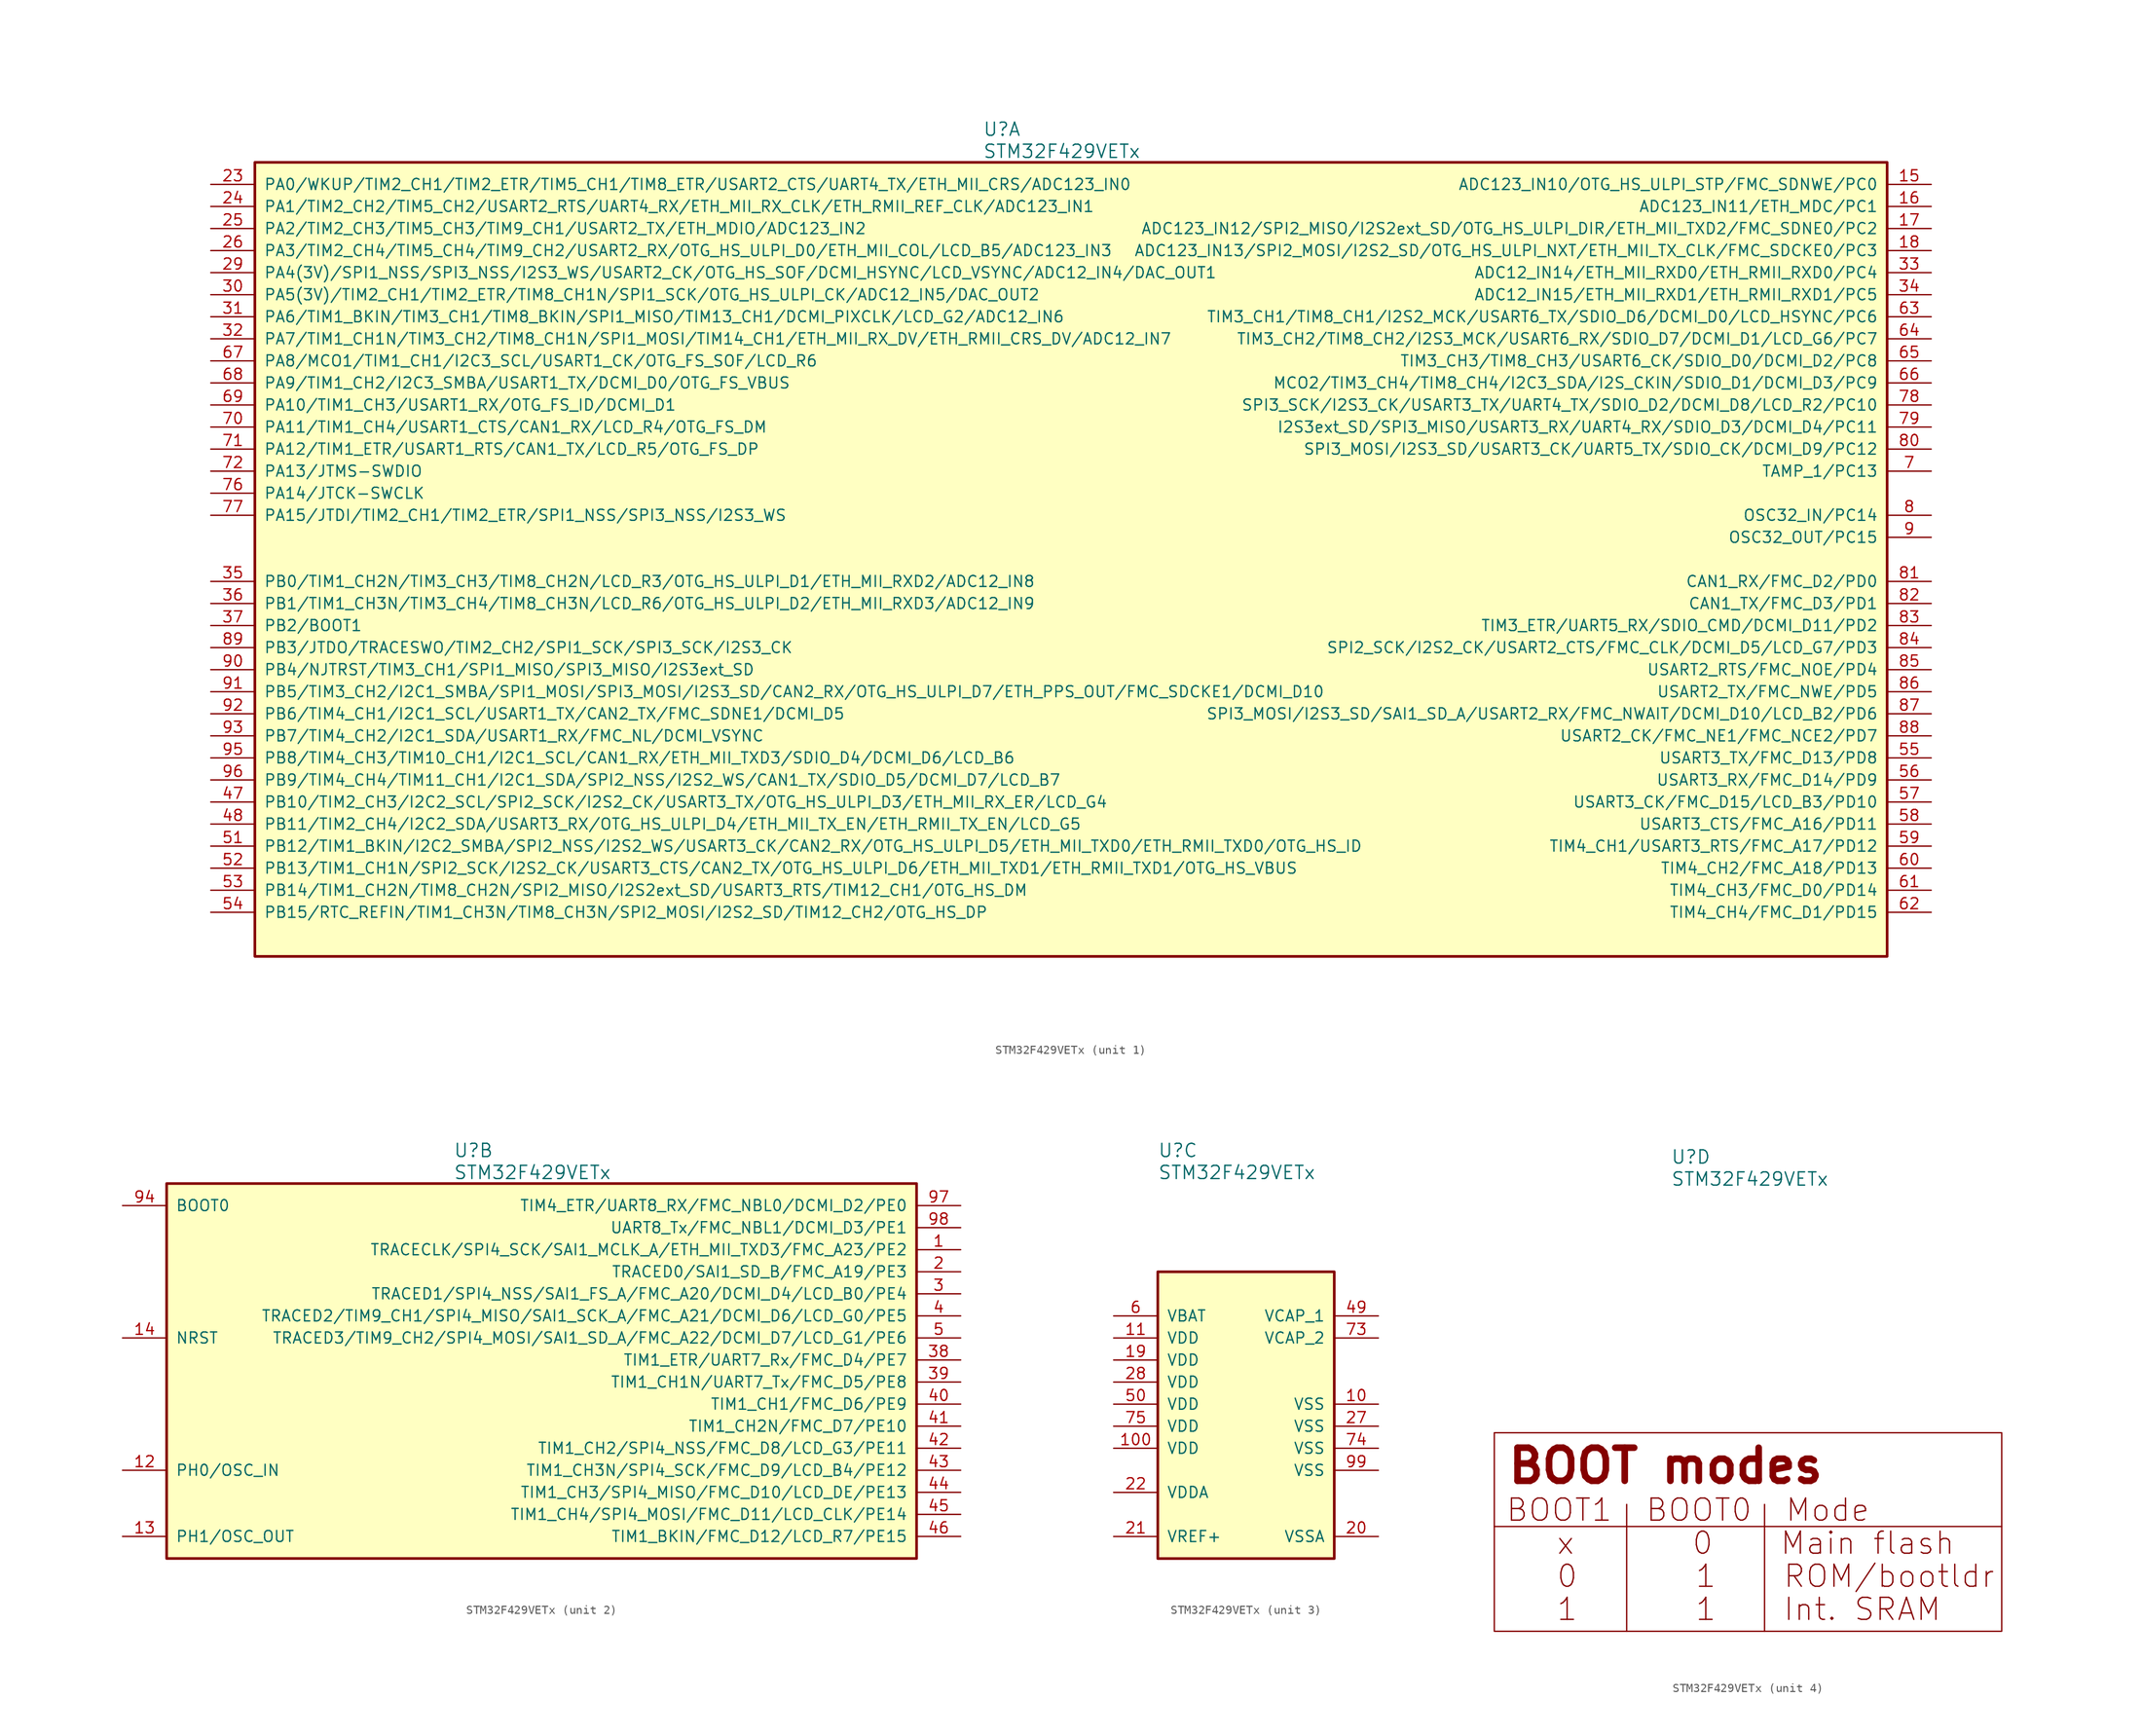
<source format=kicad_sym>
(kicad_symbol_lib
  (version 20211014)
  (generator kicad_symbol_editor)
  (symbol "STM32F429VETx"
    (pin_names
      (offset 1.016))
    (property "Reference" "U"
      (at -10.16 46.99 0)
      (effects (font (size 1.524 1.524)) (justify left)))
    (property "Value" "STM32F429VETx"
      (at -10.16 44.45 0)
      (effects (font (size 1.524 1.524)) (justify left)))
    (property "ki_locked" ""
      (at 0 0 0)
      (effects (font (size 1.27 1.27))))
    (symbol "STM32F429VETx_1_1"
      (rectangle (start -93.98 43.18) (end 93.98 -48.26) (stroke (width 0.305) (type default) (color 0 0 0 0)) (fill (type background)))
      (pin bidirectional line (at 99.06 40.64 180) (length 5.08) (name "ADC123_IN10/OTG_HS_ULPI_STP/FMC_SDNWE/PC0" (effects (font (size 1.27 1.27)))) (number "15" (effects (font (size 1.27 1.27)))))
      (pin bidirectional line (at 99.06 38.1 180) (length 5.08) (name "ADC123_IN11/ETH_MDC/PC1" (effects (font (size 1.27 1.27)))) (number "16" (effects (font (size 1.27 1.27)))))
      (pin bidirectional line (at 99.06 35.56 180) (length 5.08) (name "ADC123_IN12/SPI2_MISO/I2S2ext_SD/OTG_HS_ULPI_DIR/ETH_MII_TXD2/FMC_SDNE0/PC2" (effects (font (size 1.27 1.27)))) (number "17" (effects (font (size 1.27 1.27)))))
      (pin bidirectional line (at 99.06 33.02 180) (length 5.08) (name "ADC123_IN13/SPI2_MOSI/I2S2_SD/OTG_HS_ULPI_NXT/ETH_MII_TX_CLK/FMC_SDCKE0/PC3" (effects (font (size 1.27 1.27)))) (number "18" (effects (font (size 1.27 1.27)))))
      (pin bidirectional line (at -99.06 40.64 0) (length 5.08) (name "PA0/WKUP/TIM2_CH1/TIM2_ETR/TIM5_CH1/TIM8_ETR/USART2_CTS/UART4_TX/ETH_MII_CRS/ADC123_IN0" (effects (font (size 1.27 1.27)))) (number "23" (effects (font (size 1.27 1.27)))))
      (pin bidirectional line (at -99.06 38.1 0) (length 5.08) (name "PA1/TIM2_CH2/TIM5_CH2/USART2_RTS/UART4_RX/ETH_MII_RX_CLK/ETH_RMII_REF_CLK/ADC123_IN1" (effects (font (size 1.27 1.27)))) (number "24" (effects (font (size 1.27 1.27)))))
      (pin bidirectional line (at -99.06 35.56 0) (length 5.08) (name "PA2/TIM2_CH3/TIM5_CH3/TIM9_CH1/USART2_TX/ETH_MDIO/ADC123_IN2" (effects (font (size 1.27 1.27)))) (number "25" (effects (font (size 1.27 1.27)))))
      (pin bidirectional line (at -99.06 33.02 0) (length 5.08) (name "PA3/TIM2_CH4/TIM5_CH4/TIM9_CH2/USART2_RX/OTG_HS_ULPI_D0/ETH_MII_COL/LCD_B5/ADC123_IN3" (effects (font (size 1.27 1.27)))) (number "26" (effects (font (size 1.27 1.27)))))
      (pin bidirectional line (at -99.06 30.48 0) (length 5.08) (name "PA4(3V)/SPI1_NSS/SPI3_NSS/I2S3_WS/USART2_CK/OTG_HS_SOF/DCMI_HSYNC/LCD_VSYNC/ADC12_IN4/DAC_OUT1" (effects (font (size 1.27 1.27)))) (number "29" (effects (font (size 1.27 1.27)))))
      (pin bidirectional line (at -99.06 27.94 0) (length 5.08) (name "PA5(3V)/TIM2_CH1/TIM2_ETR/TIM8_CH1N/SPI1_SCK/OTG_HS_ULPI_CK/ADC12_IN5/DAC_OUT2" (effects (font (size 1.27 1.27)))) (number "30" (effects (font (size 1.27 1.27)))))
      (pin bidirectional line (at -99.06 25.4 0) (length 5.08) (name "PA6/TIM1_BKIN/TIM3_CH1/TIM8_BKIN/SPI1_MISO/TIM13_CH1/DCMI_PIXCLK/LCD_G2/ADC12_IN6" (effects (font (size 1.27 1.27)))) (number "31" (effects (font (size 1.27 1.27)))))
      (pin bidirectional line (at -99.06 22.86 0) (length 5.08) (name "PA7/TIM1_CH1N/TIM3_CH2/TIM8_CH1N/SPI1_MOSI/TIM14_CH1/ETH_MII_RX_DV/ETH_RMII_CRS_DV/ADC12_IN7" (effects (font (size 1.27 1.27)))) (number "32" (effects (font (size 1.27 1.27)))))
      (pin bidirectional line (at 99.06 30.48 180) (length 5.08) (name "ADC12_IN14/ETH_MII_RXD0/ETH_RMII_RXD0/PC4" (effects (font (size 1.27 1.27)))) (number "33" (effects (font (size 1.27 1.27)))))
      (pin bidirectional line (at 99.06 27.94 180) (length 5.08) (name "ADC12_IN15/ETH_MII_RXD1/ETH_RMII_RXD1/PC5" (effects (font (size 1.27 1.27)))) (number "34" (effects (font (size 1.27 1.27)))))
      (pin bidirectional line (at -99.06 -5.08 0) (length 5.08) (name "PB0/TIM1_CH2N/TIM3_CH3/TIM8_CH2N/LCD_R3/OTG_HS_ULPI_D1/ETH_MII_RXD2/ADC12_IN8" (effects (font (size 1.27 1.27)))) (number "35" (effects (font (size 1.27 1.27)))))
      (pin bidirectional line (at -99.06 -7.62 0) (length 5.08) (name "PB1/TIM1_CH3N/TIM3_CH4/TIM8_CH3N/LCD_R6/OTG_HS_ULPI_D2/ETH_MII_RXD3/ADC12_IN9" (effects (font (size 1.27 1.27)))) (number "36" (effects (font (size 1.27 1.27)))))
      (pin bidirectional line (at -99.06 -10.16 0) (length 5.08) (name "PB2/BOOT1" (effects (font (size 1.27 1.27)))) (number "37" (effects (font (size 1.27 1.27)))))
      (pin bidirectional line (at -99.06 -30.48 0) (length 5.08) (name "PB10/TIM2_CH3/I2C2_SCL/SPI2_SCK/I2S2_CK/USART3_TX/OTG_HS_ULPI_D3/ETH_MII_RX_ER/LCD_G4" (effects (font (size 1.27 1.27)))) (number "47" (effects (font (size 1.27 1.27)))))
      (pin bidirectional line (at -99.06 -33.02 0) (length 5.08) (name "PB11/TIM2_CH4/I2C2_SDA/USART3_RX/OTG_HS_ULPI_D4/ETH_MII_TX_EN/ETH_RMII_TX_EN/LCD_G5" (effects (font (size 1.27 1.27)))) (number "48" (effects (font (size 1.27 1.27)))))
      (pin bidirectional line (at -99.06 -35.56 0) (length 5.08) (name "PB12/TIM1_BKIN/I2C2_SMBA/SPI2_NSS/I2S2_WS/USART3_CK/CAN2_RX/OTG_HS_ULPI_D5/ETH_MII_TXD0/ETH_RMII_TXD0/OTG_HS_ID" (effects (font (size 1.27 1.27)))) (number "51" (effects (font (size 1.27 1.27)))))
      (pin bidirectional line (at -99.06 -38.1 0) (length 5.08) (name "PB13/TIM1_CH1N/SPI2_SCK/I2S2_CK/USART3_CTS/CAN2_TX/OTG_HS_ULPI_D6/ETH_MII_TXD1/ETH_RMII_TXD1/OTG_HS_VBUS" (effects (font (size 1.27 1.27)))) (number "52" (effects (font (size 1.27 1.27)))))
      (pin bidirectional line (at -99.06 -40.64 0) (length 5.08) (name "PB14/TIM1_CH2N/TIM8_CH2N/SPI2_MISO/I2S2ext_SD/USART3_RTS/TIM12_CH1/OTG_HS_DM" (effects (font (size 1.27 1.27)))) (number "53" (effects (font (size 1.27 1.27)))))
      (pin bidirectional line (at -99.06 -43.18 0) (length 5.08) (name "PB15/RTC_REFIN/TIM1_CH3N/TIM8_CH3N/SPI2_MOSI/I2S2_SD/TIM12_CH2/OTG_HS_DP" (effects (font (size 1.27 1.27)))) (number "54" (effects (font (size 1.27 1.27)))))
      (pin bidirectional line (at 99.06 -25.4 180) (length 5.08) (name "USART3_TX/FMC_D13/PD8" (effects (font (size 1.27 1.27)))) (number "55" (effects (font (size 1.27 1.27)))))
      (pin bidirectional line (at 99.06 -27.94 180) (length 5.08) (name "USART3_RX/FMC_D14/PD9" (effects (font (size 1.27 1.27)))) (number "56" (effects (font (size 1.27 1.27)))))
      (pin bidirectional line (at 99.06 -30.48 180) (length 5.08) (name "USART3_CK/FMC_D15/LCD_B3/PD10" (effects (font (size 1.27 1.27)))) (number "57" (effects (font (size 1.27 1.27)))))
      (pin bidirectional line (at 99.06 -33.02 180) (length 5.08) (name "USART3_CTS/FMC_A16/PD11" (effects (font (size 1.27 1.27)))) (number "58" (effects (font (size 1.27 1.27)))))
      (pin bidirectional line (at 99.06 -35.56 180) (length 5.08) (name "TIM4_CH1/USART3_RTS/FMC_A17/PD12" (effects (font (size 1.27 1.27)))) (number "59" (effects (font (size 1.27 1.27)))))
      (pin bidirectional line (at 99.06 -38.1 180) (length 5.08) (name "TIM4_CH2/FMC_A18/PD13" (effects (font (size 1.27 1.27)))) (number "60" (effects (font (size 1.27 1.27)))))
      (pin bidirectional line (at 99.06 -40.64 180) (length 5.08) (name "TIM4_CH3/FMC_D0/PD14" (effects (font (size 1.27 1.27)))) (number "61" (effects (font (size 1.27 1.27)))))
      (pin bidirectional line (at 99.06 -43.18 180) (length 5.08) (name "TIM4_CH4/FMC_D1/PD15" (effects (font (size 1.27 1.27)))) (number "62" (effects (font (size 1.27 1.27)))))
      (pin bidirectional line (at 99.06 25.4 180) (length 5.08) (name "TIM3_CH1/TIM8_CH1/I2S2_MCK/USART6_TX/SDIO_D6/DCMI_D0/LCD_HSYNC/PC6" (effects (font (size 1.27 1.27)))) (number "63" (effects (font (size 1.27 1.27)))))
      (pin bidirectional line (at 99.06 22.86 180) (length 5.08) (name "TIM3_CH2/TIM8_CH2/I2S3_MCK/USART6_RX/SDIO_D7/DCMI_D1/LCD_G6/PC7" (effects (font (size 1.27 1.27)))) (number "64" (effects (font (size 1.27 1.27)))))
      (pin bidirectional line (at 99.06 20.32 180) (length 5.08) (name "TIM3_CH3/TIM8_CH3/USART6_CK/SDIO_D0/DCMI_D2/PC8" (effects (font (size 1.27 1.27)))) (number "65" (effects (font (size 1.27 1.27)))))
      (pin bidirectional line (at 99.06 17.78 180) (length 5.08) (name "MCO2/TIM3_CH4/TIM8_CH4/I2C3_SDA/I2S_CKIN/SDIO_D1/DCMI_D3/PC9" (effects (font (size 1.27 1.27)))) (number "66" (effects (font (size 1.27 1.27)))))
      (pin bidirectional line (at -99.06 20.32 0) (length 5.08) (name "PA8/MCO1/TIM1_CH1/I2C3_SCL/USART1_CK/OTG_FS_SOF/LCD_R6" (effects (font (size 1.27 1.27)))) (number "67" (effects (font (size 1.27 1.27)))))
      (pin bidirectional line (at -99.06 17.78 0) (length 5.08) (name "PA9/TIM1_CH2/I2C3_SMBA/USART1_TX/DCMI_D0/OTG_FS_VBUS" (effects (font (size 1.27 1.27)))) (number "68" (effects (font (size 1.27 1.27)))))
      (pin bidirectional line (at -99.06 15.24 0) (length 5.08) (name "PA10/TIM1_CH3/USART1_RX/OTG_FS_ID/DCMI_D1" (effects (font (size 1.27 1.27)))) (number "69" (effects (font (size 1.27 1.27)))))
      (pin bidirectional line (at 99.06 7.62 180) (length 5.08) (name "TAMP_1/PC13" (effects (font (size 1.27 1.27)))) (number "7" (effects (font (size 1.27 1.27)))))
      (pin bidirectional line (at -99.06 12.7 0) (length 5.08) (name "PA11/TIM1_CH4/USART1_CTS/CAN1_RX/LCD_R4/OTG_FS_DM" (effects (font (size 1.27 1.27)))) (number "70" (effects (font (size 1.27 1.27)))))
      (pin bidirectional line (at -99.06 10.16 0) (length 5.08) (name "PA12/TIM1_ETR/USART1_RTS/CAN1_TX/LCD_R5/OTG_FS_DP" (effects (font (size 1.27 1.27)))) (number "71" (effects (font (size 1.27 1.27)))))
      (pin bidirectional line (at -99.06 7.62 0) (length 5.08) (name "PA13/JTMS-SWDIO" (effects (font (size 1.27 1.27)))) (number "72" (effects (font (size 1.27 1.27)))))
      (pin bidirectional line (at -99.06 5.08 0) (length 5.08) (name "PA14/JTCK-SWCLK" (effects (font (size 1.27 1.27)))) (number "76" (effects (font (size 1.27 1.27)))))
      (pin bidirectional line (at -99.06 2.54 0) (length 5.08) (name "PA15/JTDI/TIM2_CH1/TIM2_ETR/SPI1_NSS/SPI3_NSS/I2S3_WS" (effects (font (size 1.27 1.27)))) (number "77" (effects (font (size 1.27 1.27)))))
      (pin bidirectional line (at 99.06 15.24 180) (length 5.08) (name "SPI3_SCK/I2S3_CK/USART3_TX/UART4_TX/SDIO_D2/DCMI_D8/LCD_R2/PC10" (effects (font (size 1.27 1.27)))) (number "78" (effects (font (size 1.27 1.27)))))
      (pin bidirectional line (at 99.06 12.7 180) (length 5.08) (name "I2S3ext_SD/SPI3_MISO/USART3_RX/UART4_RX/SDIO_D3/DCMI_D4/PC11" (effects (font (size 1.27 1.27)))) (number "79" (effects (font (size 1.27 1.27)))))
      (pin bidirectional line (at 99.06 2.54 180) (length 5.08) (name "OSC32_IN/PC14" (effects (font (size 1.27 1.27)))) (number "8" (effects (font (size 1.27 1.27)))))
      (pin bidirectional line (at 99.06 10.16 180) (length 5.08) (name "SPI3_MOSI/I2S3_SD/USART3_CK/UART5_TX/SDIO_CK/DCMI_D9/PC12" (effects (font (size 1.27 1.27)))) (number "80" (effects (font (size 1.27 1.27)))))
      (pin bidirectional line (at 99.06 -5.08 180) (length 5.08) (name "CAN1_RX/FMC_D2/PD0" (effects (font (size 1.27 1.27)))) (number "81" (effects (font (size 1.27 1.27)))))
      (pin bidirectional line (at 99.06 -7.62 180) (length 5.08) (name "CAN1_TX/FMC_D3/PD1" (effects (font (size 1.27 1.27)))) (number "82" (effects (font (size 1.27 1.27)))))
      (pin bidirectional line (at 99.06 -10.16 180) (length 5.08) (name "TIM3_ETR/UART5_RX/SDIO_CMD/DCMI_D11/PD2" (effects (font (size 1.27 1.27)))) (number "83" (effects (font (size 1.27 1.27)))))
      (pin bidirectional line (at 99.06 -12.7 180) (length 5.08) (name "SPI2_SCK/I2S2_CK/USART2_CTS/FMC_CLK/DCMI_D5/LCD_G7/PD3" (effects (font (size 1.27 1.27)))) (number "84" (effects (font (size 1.27 1.27)))))
      (pin bidirectional line (at 99.06 -15.24 180) (length 5.08) (name "USART2_RTS/FMC_NOE/PD4" (effects (font (size 1.27 1.27)))) (number "85" (effects (font (size 1.27 1.27)))))
      (pin bidirectional line (at 99.06 -17.78 180) (length 5.08) (name "USART2_TX/FMC_NWE/PD5" (effects (font (size 1.27 1.27)))) (number "86" (effects (font (size 1.27 1.27)))))
      (pin bidirectional line (at 99.06 -20.32 180) (length 5.08) (name "SPI3_MOSI/I2S3_SD/SAI1_SD_A/USART2_RX/FMC_NWAIT/DCMI_D10/LCD_B2/PD6" (effects (font (size 1.27 1.27)))) (number "87" (effects (font (size 1.27 1.27)))))
      (pin bidirectional line (at 99.06 -22.86 180) (length 5.08) (name "USART2_CK/FMC_NE1/FMC_NCE2/PD7" (effects (font (size 1.27 1.27)))) (number "88" (effects (font (size 1.27 1.27)))))
      (pin bidirectional line (at -99.06 -12.7 0) (length 5.08) (name "PB3/JTDO/TRACESWO/TIM2_CH2/SPI1_SCK/SPI3_SCK/I2S3_CK" (effects (font (size 1.27 1.27)))) (number "89" (effects (font (size 1.27 1.27)))))
      (pin bidirectional line (at 99.06 0 180) (length 5.08) (name "OSC32_OUT/PC15" (effects (font (size 1.27 1.27)))) (number "9" (effects (font (size 1.27 1.27)))))
      (pin bidirectional line (at -99.06 -15.24 0) (length 5.08) (name "PB4/NJTRST/TIM3_CH1/SPI1_MISO/SPI3_MISO/I2S3ext_SD" (effects (font (size 1.27 1.27)))) (number "90" (effects (font (size 1.27 1.27)))))
      (pin bidirectional line (at -99.06 -17.78 0) (length 5.08) (name "PB5/TIM3_CH2/I2C1_SMBA/SPI1_MOSI/SPI3_MOSI/I2S3_SD/CAN2_RX/OTG_HS_ULPI_D7/ETH_PPS_OUT/FMC_SDCKE1/DCMI_D10" (effects (font (size 1.27 1.27)))) (number "91" (effects (font (size 1.27 1.27)))))
      (pin bidirectional line (at -99.06 -20.32 0) (length 5.08) (name "PB6/TIM4_CH1/I2C1_SCL/USART1_TX/CAN2_TX/FMC_SDNE1/DCMI_D5" (effects (font (size 1.27 1.27)))) (number "92" (effects (font (size 1.27 1.27)))))
      (pin bidirectional line (at -99.06 -22.86 0) (length 5.08) (name "PB7/TIM4_CH2/I2C1_SDA/USART1_RX/FMC_NL/DCMI_VSYNC" (effects (font (size 1.27 1.27)))) (number "93" (effects (font (size 1.27 1.27)))))
      (pin bidirectional line (at -99.06 -25.4 0) (length 5.08) (name "PB8/TIM4_CH3/TIM10_CH1/I2C1_SCL/CAN1_RX/ETH_MII_TXD3/SDIO_D4/DCMI_D6/LCD_B6" (effects (font (size 1.27 1.27)))) (number "95" (effects (font (size 1.27 1.27)))))
      (pin bidirectional line (at -99.06 -27.94 0) (length 5.08) (name "PB9/TIM4_CH4/TIM11_CH1/I2C1_SDA/SPI2_NSS/I2S2_WS/CAN1_TX/SDIO_D5/DCMI_D7/LCD_B7" (effects (font (size 1.27 1.27)))) (number "96" (effects (font (size 1.27 1.27))))))
    (symbol "STM32F429VETx_2_1"
      (rectangle (start -43.18 43.18) (end 43.18 0) (stroke (width 0.305) (type default) (color 0 0 0 0)) (fill (type background)))
      (pin bidirectional line (at 48.26 35.56 180) (length 5.08) (name "TRACECLK/SPI4_SCK/SAI1_MCLK_A/ETH_MII_TXD3/FMC_A23/PE2" (effects (font (size 1.27 1.27)))) (number "1" (effects (font (size 1.27 1.27)))))
      (pin input line (at -48.26 10.16 0) (length 5.08) (name "PH0/OSC_IN" (effects (font (size 1.27 1.27)))) (number "12" (effects (font (size 1.27 1.27)))))
      (pin input line (at -48.26 2.54 0) (length 5.08) (name "PH1/OSC_OUT" (effects (font (size 1.27 1.27)))) (number "13" (effects (font (size 1.27 1.27)))))
      (pin input line (at -48.26 25.4 0) (length 5.08) (name "NRST" (effects (font (size 1.27 1.27)))) (number "14" (effects (font (size 1.27 1.27)))))
      (pin bidirectional line (at 48.26 33.02 180) (length 5.08) (name "TRACED0/SAI1_SD_B/FMC_A19/PE3" (effects (font (size 1.27 1.27)))) (number "2" (effects (font (size 1.27 1.27)))))
      (pin bidirectional line (at 48.26 30.48 180) (length 5.08) (name "TRACED1/SPI4_NSS/SAI1_FS_A/FMC_A20/DCMI_D4/LCD_B0/PE4" (effects (font (size 1.27 1.27)))) (number "3" (effects (font (size 1.27 1.27)))))
      (pin bidirectional line (at 48.26 22.86 180) (length 5.08) (name "TIM1_ETR/UART7_Rx/FMC_D4/PE7" (effects (font (size 1.27 1.27)))) (number "38" (effects (font (size 1.27 1.27)))))
      (pin bidirectional line (at 48.26 20.32 180) (length 5.08) (name "TIM1_CH1N/UART7_Tx/FMC_D5/PE8" (effects (font (size 1.27 1.27)))) (number "39" (effects (font (size 1.27 1.27)))))
      (pin bidirectional line (at 48.26 27.94 180) (length 5.08) (name "TRACED2/TIM9_CH1/SPI4_MISO/SAI1_SCK_A/FMC_A21/DCMI_D6/LCD_G0/PE5" (effects (font (size 1.27 1.27)))) (number "4" (effects (font (size 1.27 1.27)))))
      (pin bidirectional line (at 48.26 17.78 180) (length 5.08) (name "TIM1_CH1/FMC_D6/PE9" (effects (font (size 1.27 1.27)))) (number "40" (effects (font (size 1.27 1.27)))))
      (pin bidirectional line (at 48.26 15.24 180) (length 5.08) (name "TIM1_CH2N/FMC_D7/PE10" (effects (font (size 1.27 1.27)))) (number "41" (effects (font (size 1.27 1.27)))))
      (pin bidirectional line (at 48.26 12.7 180) (length 5.08) (name "TIM1_CH2/SPI4_NSS/FMC_D8/LCD_G3/PE11" (effects (font (size 1.27 1.27)))) (number "42" (effects (font (size 1.27 1.27)))))
      (pin bidirectional line (at 48.26 10.16 180) (length 5.08) (name "TIM1_CH3N/SPI4_SCK/FMC_D9/LCD_B4/PE12" (effects (font (size 1.27 1.27)))) (number "43" (effects (font (size 1.27 1.27)))))
      (pin bidirectional line (at 48.26 7.62 180) (length 5.08) (name "TIM1_CH3/SPI4_MISO/FMC_D10/LCD_DE/PE13" (effects (font (size 1.27 1.27)))) (number "44" (effects (font (size 1.27 1.27)))))
      (pin bidirectional line (at 48.26 5.08 180) (length 5.08) (name "TIM1_CH4/SPI4_MOSI/FMC_D11/LCD_CLK/PE14" (effects (font (size 1.27 1.27)))) (number "45" (effects (font (size 1.27 1.27)))))
      (pin bidirectional line (at 48.26 2.54 180) (length 5.08) (name "TIM1_BKIN/FMC_D12/LCD_R7/PE15" (effects (font (size 1.27 1.27)))) (number "46" (effects (font (size 1.27 1.27)))))
      (pin bidirectional line (at 48.26 25.4 180) (length 5.08) (name "TRACED3/TIM9_CH2/SPI4_MOSI/SAI1_SD_A/FMC_A22/DCMI_D7/LCD_G1/PE6" (effects (font (size 1.27 1.27)))) (number "5" (effects (font (size 1.27 1.27)))))
      (pin input line (at -48.26 40.64 0) (length 5.08) (name "BOOT0" (effects (font (size 1.27 1.27)))) (number "94" (effects (font (size 1.27 1.27)))))
      (pin bidirectional line (at 48.26 40.64 180) (length 5.08) (name "TIM4_ETR/UART8_RX/FMC_NBL0/DCMI_D2/PE0" (effects (font (size 1.27 1.27)))) (number "97" (effects (font (size 1.27 1.27)))))
      (pin bidirectional line (at 48.26 38.1 180) (length 5.08) (name "UART8_Tx/FMC_NBL1/DCMI_D3/PE1" (effects (font (size 1.27 1.27)))) (number "98" (effects (font (size 1.27 1.27))))))
    (symbol "STM32F429VETx_3_1"
      (rectangle (start -10.16 33.02) (end 10.16 0) (stroke (width 0.305) (type default) (color 0 0 0 0)) (fill (type background)))
      (pin power_in line (at 15.24 17.78 180) (length 5.08) (name "VSS" (effects (font (size 1.27 1.27)))) (number "10" (effects (font (size 1.27 1.27)))))
      (pin power_in line (at -15.24 12.7 0) (length 5.08) (name "VDD" (effects (font (size 1.27 1.27)))) (number "100" (effects (font (size 1.27 1.27)))))
      (pin power_in line (at -15.24 25.4 0) (length 5.08) (name "VDD" (effects (font (size 1.27 1.27)))) (number "11" (effects (font (size 1.27 1.27)))))
      (pin power_in line (at -15.24 22.86 0) (length 5.08) (name "VDD" (effects (font (size 1.27 1.27)))) (number "19" (effects (font (size 1.27 1.27)))))
      (pin power_in line (at 15.24 2.54 180) (length 5.08) (name "VSSA" (effects (font (size 1.27 1.27)))) (number "20" (effects (font (size 1.27 1.27)))))
      (pin power_in line (at -15.24 2.54 0) (length 5.08) (name "VREF+" (effects (font (size 1.27 1.27)))) (number "21" (effects (font (size 1.27 1.27)))))
      (pin power_in line (at -15.24 7.62 0) (length 5.08) (name "VDDA" (effects (font (size 1.27 1.27)))) (number "22" (effects (font (size 1.27 1.27)))))
      (pin power_in line (at 15.24 15.24 180) (length 5.08) (name "VSS" (effects (font (size 1.27 1.27)))) (number "27" (effects (font (size 1.27 1.27)))))
      (pin power_in line (at -15.24 20.32 0) (length 5.08) (name "VDD" (effects (font (size 1.27 1.27)))) (number "28" (effects (font (size 1.27 1.27)))))
      (pin power_out line (at 15.24 27.94 180) (length 5.08) (name "VCAP_1" (effects (font (size 1.27 1.27)))) (number "49" (effects (font (size 1.27 1.27)))))
      (pin power_in line (at -15.24 17.78 0) (length 5.08) (name "VDD" (effects (font (size 1.27 1.27)))) (number "50" (effects (font (size 1.27 1.27)))))
      (pin power_in line (at -15.24 27.94 0) (length 5.08) (name "VBAT" (effects (font (size 1.27 1.27)))) (number "6" (effects (font (size 1.27 1.27)))))
      (pin power_out line (at 15.24 25.4 180) (length 5.08) (name "VCAP_2" (effects (font (size 1.27 1.27)))) (number "73" (effects (font (size 1.27 1.27)))))
      (pin power_in line (at 15.24 12.7 180) (length 5.08) (name "VSS" (effects (font (size 1.27 1.27)))) (number "74" (effects (font (size 1.27 1.27)))))
      (pin power_in line (at -15.24 15.24 0) (length 5.08) (name "VDD" (effects (font (size 1.27 1.27)))) (number "75" (effects (font (size 1.27 1.27)))))
      (pin power_in line (at 15.24 10.16 180) (length 5.08) (name "VSS" (effects (font (size 1.27 1.27)))) (number "99" (effects (font (size 1.27 1.27))))))
    (symbol "STM32F429VETx_4_1"
      (rectangle (start -30.48 15.24) (end 27.94 -7.62) (stroke (width 0) (type default) (color 0 0 0 0)) (fill (type none)))
      (polyline (pts (xy -30.48 4.445) (xy 27.94 4.445)) (stroke (width 0) (type default) (color 0 0 0 0)) (fill (type none)))
      (polyline (pts (xy -15.24 6.985) (xy -15.24 -7.62)) (stroke (width 0) (type default) (color 0 0 0 0)) (fill (type none)))
      (polyline (pts (xy 0.635 6.985) (xy 0.635 -7.62)) (stroke (width 0) (type default) (color 0 0 0 0)) (fill (type none)))
      (text "   0       1    ROM/bootldr" (at -29.21 -1.27 0) (effects (font (size 2.54 2.54)) (justify left)))
      (text "   1       1    Int. SRAM" (at -29.21 -5.08 0) (effects (font (size 2.54 2.54)) (justify left)))
      (text "   x       0    Main flash" (at -29.21 2.54 0) (effects (font (size 2.54 2.54)) (justify left)))
      (text "BOOT modes" (at -29.21 11.43 0) (effects (font (size 3.81 3.81) bold) (justify left)))
      (text "BOOT1  BOOT0  Mode" (at -29.21 6.35 0) (effects (font (size 2.54 2.54)) (justify left))))))
</source>
